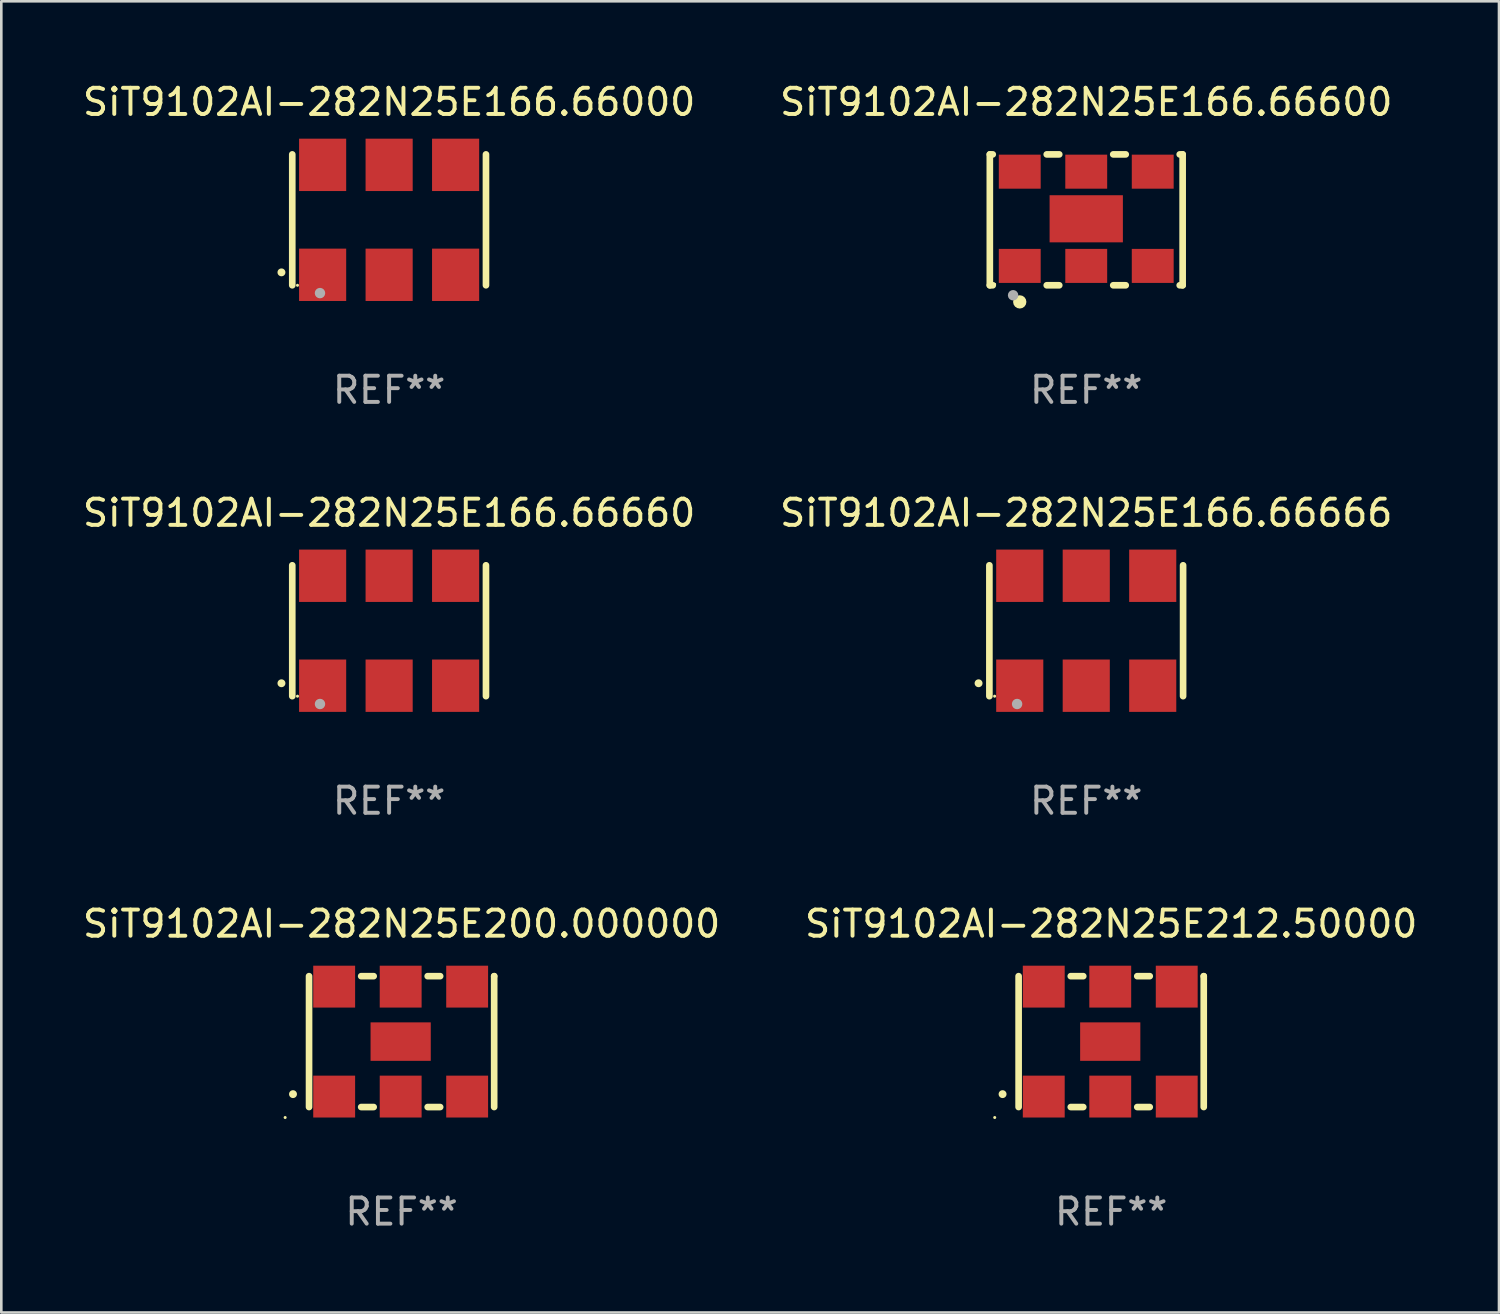
<source format=kicad_pcb>
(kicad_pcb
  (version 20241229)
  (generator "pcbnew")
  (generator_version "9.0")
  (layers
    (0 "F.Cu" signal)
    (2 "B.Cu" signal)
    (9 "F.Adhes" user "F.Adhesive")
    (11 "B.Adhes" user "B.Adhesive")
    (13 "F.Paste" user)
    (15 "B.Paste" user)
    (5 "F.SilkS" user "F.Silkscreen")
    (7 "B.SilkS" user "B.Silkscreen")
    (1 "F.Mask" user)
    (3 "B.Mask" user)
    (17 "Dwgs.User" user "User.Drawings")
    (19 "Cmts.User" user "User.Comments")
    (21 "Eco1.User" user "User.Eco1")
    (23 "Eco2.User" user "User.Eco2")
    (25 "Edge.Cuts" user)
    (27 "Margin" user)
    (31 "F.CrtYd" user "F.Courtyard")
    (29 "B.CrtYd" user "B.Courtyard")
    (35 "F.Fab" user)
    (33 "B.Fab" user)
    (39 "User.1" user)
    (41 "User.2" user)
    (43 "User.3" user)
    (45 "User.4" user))
  (footprint "SiT9102AI-282N25E166.66666"
    (layer "F.Cu")
    (at 38.446 21.045)
    (property "Reference" "SiT9102AI-282N25E166.66666" (at 0 -4.5 0) (layer "F.SilkS") (effects (font (size 1 1) (thickness 0.15))))
    (attr through_hole)
    (fp_line (start -3.7 -2.5) (end -3.7 2.5) (stroke (width 0.254) (type solid)) (layer "F.SilkS"))
    (fp_line (start 3.7 -2.5) (end 3.7 2.5) (stroke (width 0.254) (type solid)) (layer "F.SilkS"))
    (fp_arc (start -4.114415 2.006604) (mid -4.113145 2.006599) (end -4.111875 2.006604) (stroke (width 0.3) (type solid)) (layer "F.SilkS"))
    (fp_circle (center -3.5 2.501) (end -3.47 2.501) (stroke (width 0.06) (type solid)) (fill no) (layer "F.SilkS"))
    (fp_circle (center -2.641 2.799) (end -2.541 2.799) (stroke (width 0.2) (type solid)) (fill no) (layer "F.Fab"))
    (fp_text user "REF**" (at 0 6.5 0) (layer "F.Fab") (effects (font (size 1 1) (thickness 0.15))))
    (pad "1" smd rect (at -2.54 2.1) (size 1.8 2) (layers "F.Cu" "F.Mask" "F.Paste"))
    (pad "2" smd rect (at 0.000394 2.1) (size 1.8 2) (layers "F.Cu" "F.Mask" "F.Paste"))
    (pad "3" smd rect (at 2.54 2.1) (size 1.8 2) (layers "F.Cu" "F.Mask" "F.Paste"))
    (pad "4" smd rect (at 2.54 -2.1) (size 1.8 2) (layers "F.Cu" "F.Mask" "F.Paste"))
    (pad "5" smd rect (at 0.000394 -2.1) (size 1.8 2) (layers "F.Cu" "F.Mask" "F.Paste"))
    (pad "6" smd rect (at -2.54 -2.1) (size 1.8 2) (layers "F.Cu" "F.Mask" "F.Paste")))
  (footprint "SiT9102AI-282N25E200.000000"
    (layer "F.Cu")
    (at 12.292 36.741)
    (property "Reference" "SiT9102AI-282N25E200.000000" (at 0 -4.5 0) (layer "F.SilkS") (effects (font (size 1 1) (thickness 0.15))))
    (attr through_hole)
    (fp_line (start -3.536 -2.5) (end -3.536 2.5) (stroke (width 0.254) (type solid)) (layer "F.SilkS"))
    (fp_line (start -1.544 2.5) (end -1.067 2.5) (stroke (width 0.254) (type solid)) (layer "F.SilkS"))
    (fp_line (start -1.067 -2.5) (end -1.544 -2.5) (stroke (width 0.254) (type solid)) (layer "F.SilkS"))
    (fp_line (start 0.996 2.5) (end 1.473 2.5) (stroke (width 0.254) (type solid)) (layer "F.SilkS"))
    (fp_line (start 1.473 -2.5) (end 0.996 -2.5) (stroke (width 0.254) (type solid)) (layer "F.SilkS"))
    (fp_line (start 3.536 -2.5) (end 3.536 -2.5) (stroke (width 0.254) (type solid)) (layer "F.SilkS"))
    (fp_line (start 3.536 2.5) (end 3.536 -2.5) (stroke (width 0.254) (type solid)) (layer "F.SilkS"))
    (fp_arc (start -4.150432 2.006604) (mid -4.149162 2.006599) (end -4.147892 2.006604) (stroke (width 0.3) (type solid)) (layer "F.SilkS"))
    (fp_circle (center -4.449 2.9) (end -4.419 2.9) (stroke (width 0.06) (type solid)) (fill no) (layer "F.SilkS"))
    (fp_text user "REF**" (at 0 6.5 0) (layer "F.Fab") (effects (font (size 1 1) (thickness 0.15))))
    (pad "1" smd rect (at -2.576 2.1) (size 1.6 1.6) (layers "F.Cu" "F.Mask" "F.Paste"))
    (pad "2" smd rect (at -0.036 2.1) (size 1.6 1.6) (layers "F.Cu" "F.Mask" "F.Paste"))
    (pad "3" smd rect (at 2.504 2.1) (size 1.6 1.6) (layers "F.Cu" "F.Mask" "F.Paste"))
    (pad "4" smd rect (at 2.504 -2.1) (size 1.6 1.6) (layers "F.Cu" "F.Mask" "F.Paste"))
    (pad "5" smd rect (at -0.036 -2.1) (size 1.6 1.6) (layers "F.Cu" "F.Mask" "F.Paste"))
    (pad "6" smd rect (at -2.576 -2.1) (size 1.6 1.6) (layers "F.Cu" "F.Mask" "F.Paste"))
    (pad "7" smd rect (at -0.036 0) (size 2.3 1.47) (layers "F.Cu" "F.Mask" "F.Paste")))
  (footprint "SiT9102AI-282N25E166.66600"
    (layer "F.Cu")
    (at 38.446 5.348)
    (property "Reference" "SiT9102AI-282N25E166.66600" (at 0 -4.5 0) (layer "F.SilkS") (effects (font (size 1 1) (thickness 0.15))))
    (attr through_hole)
    (fp_line (start -3.683 -2.5) (end -3.571 -2.5) (stroke (width 0.254) (type solid)) (layer "F.SilkS"))
    (fp_line (start -3.683 2.5) (end -3.683 -2.5) (stroke (width 0.254) (type solid)) (layer "F.SilkS"))
    (fp_line (start -3.683 2.5) (end -3.571 2.5) (stroke (width 0.254) (type solid)) (layer "F.SilkS"))
    (fp_line (start -1.509 -2.5) (end -1.031 -2.5) (stroke (width 0.254) (type solid)) (layer "F.SilkS"))
    (fp_line (start -1.509 2.5) (end -1.031 2.5) (stroke (width 0.254) (type solid)) (layer "F.SilkS"))
    (fp_line (start 1.031 -2.5) (end 1.509 -2.5) (stroke (width 0.254) (type solid)) (layer "F.SilkS"))
    (fp_line (start 1.031 2.5) (end 1.509 2.5) (stroke (width 0.254) (type solid)) (layer "F.SilkS"))
    (fp_line (start 3.571 -2.5) (end 3.683 -2.5) (stroke (width 0.254) (type solid)) (layer "F.SilkS"))
    (fp_line (start 3.571 2.5) (end 3.683 2.5) (stroke (width 0.254) (type solid)) (layer "F.SilkS"))
    (fp_line (start 3.683 2.5) (end 3.683 -2.5) (stroke (width 0.254) (type solid)) (layer "F.SilkS"))
    (fp_circle (center -3.5 2.46) (end -3.47 2.46) (stroke (width 0.06) (type solid)) (fill no) (layer "F.SilkS"))
    (fp_circle (center -2.54 3.135) (end -2.413 3.135) (stroke (width 0.254) (type solid)) (fill no) (layer "F.SilkS"))
    (fp_circle (center -2.794 2.881) (end -2.694 2.881) (stroke (width 0.2) (type solid)) (fill no) (layer "F.Fab"))
    (fp_text user "REF**" (at 0 6.5 0) (layer "F.Fab") (effects (font (size 1 1) (thickness 0.15))))
    (pad "1" smd rect (at -2.54 1.76) (size 1.6 1.3) (layers "F.Cu" "F.Mask" "F.Paste"))
    (pad "2" smd rect (at 0 1.76) (size 1.6 1.3) (layers "F.Cu" "F.Mask" "F.Paste"))
    (pad "3" smd rect (at 2.54 1.76) (size 1.6 1.3) (layers "F.Cu" "F.Mask" "F.Paste"))
    (pad "4" smd rect (at 2.54 -1.84) (size 1.6 1.3) (layers "F.Cu" "F.Mask" "F.Paste"))
    (pad "5" smd rect (at 0 -1.84) (size 1.6 1.3) (layers "F.Cu" "F.Mask" "F.Paste"))
    (pad "6" smd rect (at -2.54 -1.84) (size 1.6 1.3) (layers "F.Cu" "F.Mask" "F.Paste"))
    (pad "7" smd rect (at 0 -0.04) (size 2.8 1.8) (layers "F.Cu" "F.Mask" "F.Paste")))
  (footprint "SiT9102AI-282N25E166.66000"
    (layer "F.Cu")
    (at 11.815 5.348)
    (property "Reference" "SiT9102AI-282N25E166.66000" (at 0 -4.5 0) (layer "F.SilkS") (effects (font (size 1 1) (thickness 0.15))))
    (attr through_hole)
    (fp_line (start -3.7 -2.5) (end -3.7 2.5) (stroke (width 0.254) (type solid)) (layer "F.SilkS"))
    (fp_line (start 3.7 -2.5) (end 3.7 2.5) (stroke (width 0.254) (type solid)) (layer "F.SilkS"))
    (fp_arc (start -4.114415 2.006604) (mid -4.113145 2.006599) (end -4.111875 2.006604) (stroke (width 0.3) (type solid)) (layer "F.SilkS"))
    (fp_circle (center -3.5 2.501) (end -3.47 2.501) (stroke (width 0.06) (type solid)) (fill no) (layer "F.SilkS"))
    (fp_circle (center -2.641 2.799) (end -2.541 2.799) (stroke (width 0.2) (type solid)) (fill no) (layer "F.Fab"))
    (fp_text user "REF**" (at 0 6.5 0) (layer "F.Fab") (effects (font (size 1 1) (thickness 0.15))))
    (pad "1" smd rect (at -2.54 2.1) (size 1.8 2) (layers "F.Cu" "F.Mask" "F.Paste"))
    (pad "2" smd rect (at 0.000394 2.1) (size 1.8 2) (layers "F.Cu" "F.Mask" "F.Paste"))
    (pad "3" smd rect (at 2.54 2.1) (size 1.8 2) (layers "F.Cu" "F.Mask" "F.Paste"))
    (pad "4" smd rect (at 2.54 -2.1) (size 1.8 2) (layers "F.Cu" "F.Mask" "F.Paste"))
    (pad "5" smd rect (at 0.000394 -2.1) (size 1.8 2) (layers "F.Cu" "F.Mask" "F.Paste"))
    (pad "6" smd rect (at -2.54 -2.1) (size 1.8 2) (layers "F.Cu" "F.Mask" "F.Paste")))
  (footprint "SiT9102AI-282N25E166.66660"
    (layer "F.Cu")
    (at 11.815 21.045)
    (property "Reference" "SiT9102AI-282N25E166.66660" (at 0 -4.5 0) (layer "F.SilkS") (effects (font (size 1 1) (thickness 0.15))))
    (attr through_hole)
    (fp_line (start -3.7 -2.5) (end -3.7 2.5) (stroke (width 0.254) (type solid)) (layer "F.SilkS"))
    (fp_line (start 3.7 -2.5) (end 3.7 2.5) (stroke (width 0.254) (type solid)) (layer "F.SilkS"))
    (fp_arc (start -4.114415 2.006604) (mid -4.113145 2.006599) (end -4.111875 2.006604) (stroke (width 0.3) (type solid)) (layer "F.SilkS"))
    (fp_circle (center -3.5 2.501) (end -3.47 2.501) (stroke (width 0.06) (type solid)) (fill no) (layer "F.SilkS"))
    (fp_circle (center -2.641 2.799) (end -2.541 2.799) (stroke (width 0.2) (type solid)) (fill no) (layer "F.Fab"))
    (fp_text user "REF**" (at 0 6.5 0) (layer "F.Fab") (effects (font (size 1 1) (thickness 0.15))))
    (pad "1" smd rect (at -2.54 2.1) (size 1.8 2) (layers "F.Cu" "F.Mask" "F.Paste"))
    (pad "2" smd rect (at 0.000394 2.1) (size 1.8 2) (layers "F.Cu" "F.Mask" "F.Paste"))
    (pad "3" smd rect (at 2.54 2.1) (size 1.8 2) (layers "F.Cu" "F.Mask" "F.Paste"))
    (pad "4" smd rect (at 2.54 -2.1) (size 1.8 2) (layers "F.Cu" "F.Mask" "F.Paste"))
    (pad "5" smd rect (at 0.000394 -2.1) (size 1.8 2) (layers "F.Cu" "F.Mask" "F.Paste"))
    (pad "6" smd rect (at -2.54 -2.1) (size 1.8 2) (layers "F.Cu" "F.Mask" "F.Paste")))
  (footprint "SiT9102AI-282N25E212.50000"
    (layer "F.Cu")
    (at 39.399 36.741)
    (property "Reference" "SiT9102AI-282N25E212.50000" (at 0 -4.5 0) (layer "F.SilkS") (effects (font (size 1 1) (thickness 0.15))))
    (attr through_hole)
    (fp_line (start -3.536 -2.5) (end -3.536 2.5) (stroke (width 0.254) (type solid)) (layer "F.SilkS"))
    (fp_line (start -1.544 2.5) (end -1.067 2.5) (stroke (width 0.254) (type solid)) (layer "F.SilkS"))
    (fp_line (start -1.067 -2.5) (end -1.544 -2.5) (stroke (width 0.254) (type solid)) (layer "F.SilkS"))
    (fp_line (start 0.996 2.5) (end 1.473 2.5) (stroke (width 0.254) (type solid)) (layer "F.SilkS"))
    (fp_line (start 1.473 -2.5) (end 0.996 -2.5) (stroke (width 0.254) (type solid)) (layer "F.SilkS"))
    (fp_line (start 3.536 -2.5) (end 3.536 -2.5) (stroke (width 0.254) (type solid)) (layer "F.SilkS"))
    (fp_line (start 3.536 2.5) (end 3.536 -2.5) (stroke (width 0.254) (type solid)) (layer "F.SilkS"))
    (fp_arc (start -4.150432 2.006604) (mid -4.149162 2.006599) (end -4.147892 2.006604) (stroke (width 0.3) (type solid)) (layer "F.SilkS"))
    (fp_circle (center -4.449 2.9) (end -4.419 2.9) (stroke (width 0.06) (type solid)) (fill no) (layer "F.SilkS"))
    (fp_text user "REF**" (at 0 6.5 0) (layer "F.Fab") (effects (font (size 1 1) (thickness 0.15))))
    (pad "1" smd rect (at -2.576 2.1) (size 1.6 1.6) (layers "F.Cu" "F.Mask" "F.Paste"))
    (pad "2" smd rect (at -0.036 2.1) (size 1.6 1.6) (layers "F.Cu" "F.Mask" "F.Paste"))
    (pad "3" smd rect (at 2.504 2.1) (size 1.6 1.6) (layers "F.Cu" "F.Mask" "F.Paste"))
    (pad "4" smd rect (at 2.504 -2.1) (size 1.6 1.6) (layers "F.Cu" "F.Mask" "F.Paste"))
    (pad "5" smd rect (at -0.036 -2.1) (size 1.6 1.6) (layers "F.Cu" "F.Mask" "F.Paste"))
    (pad "6" smd rect (at -2.576 -2.1) (size 1.6 1.6) (layers "F.Cu" "F.Mask" "F.Paste"))
    (pad "7" smd rect (at -0.036 0) (size 2.3 1.47) (layers "F.Cu" "F.Mask" "F.Paste")))
  (gr_rect
    (start -3 -3)
    (end 54.214 47.09)
    (stroke (width 0.1) (type default))
    (fill no)
    (layer "Edge.Cuts")))
</source>
